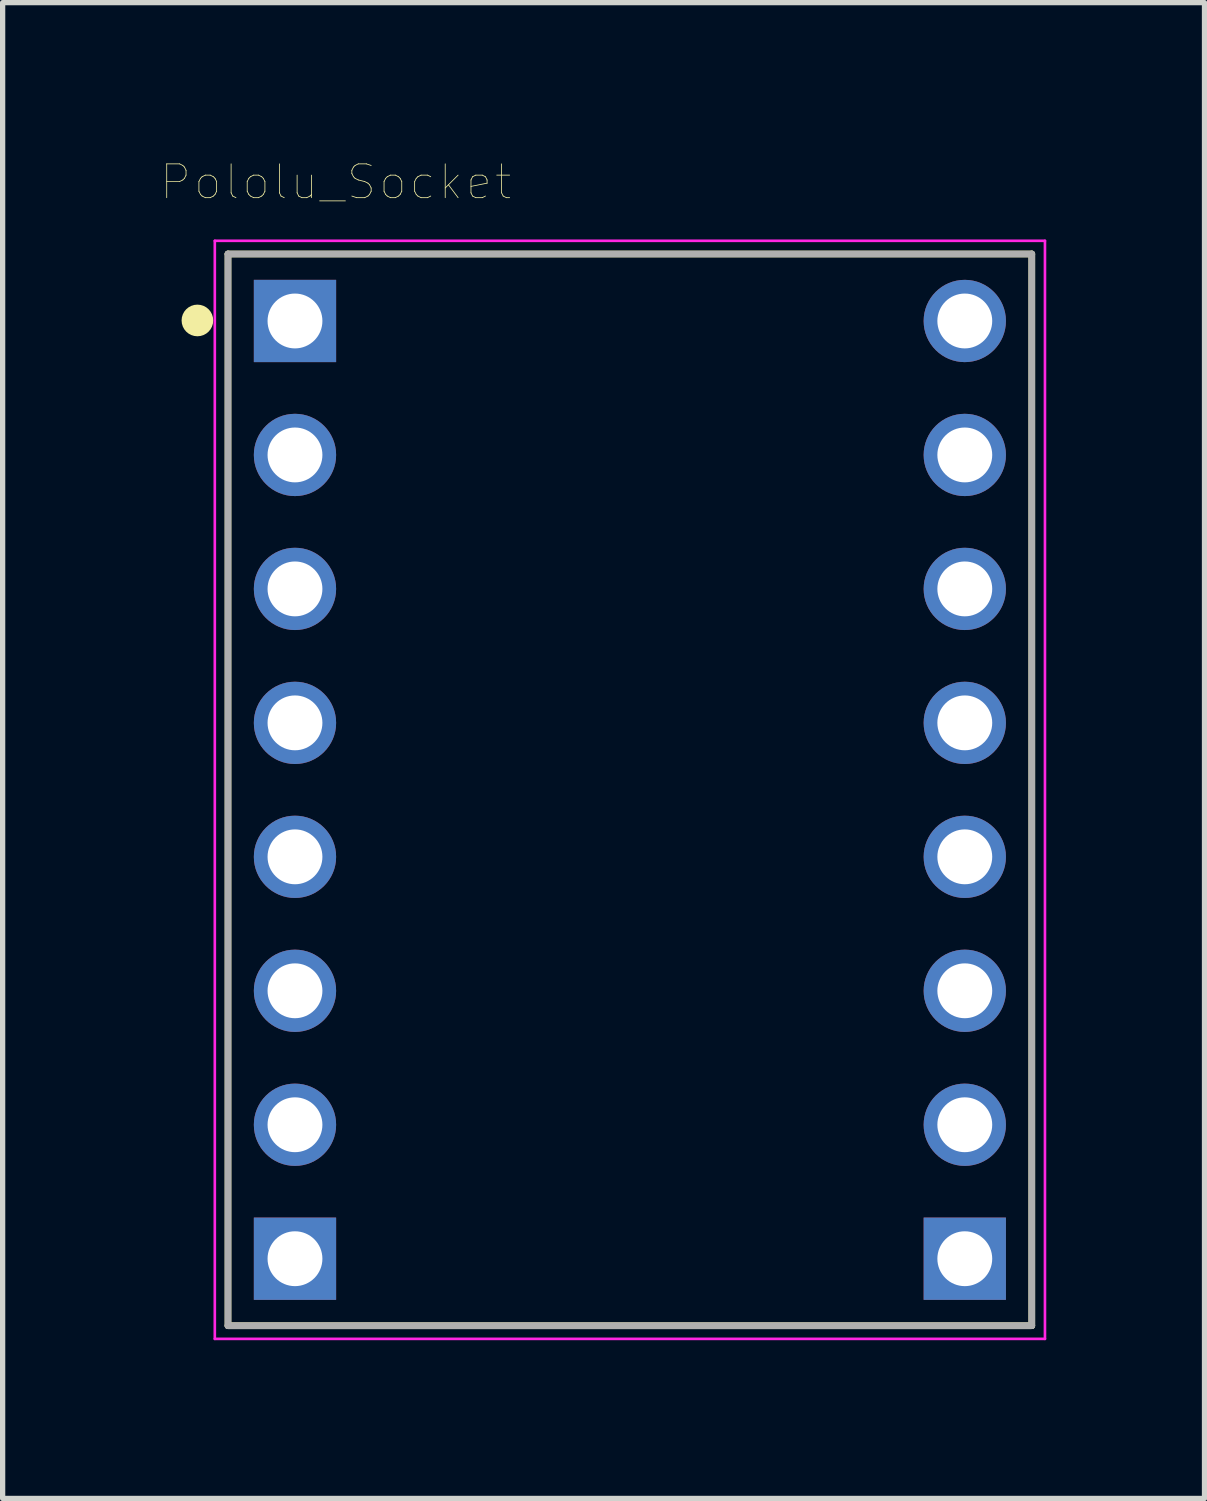
<source format=kicad_pcb>
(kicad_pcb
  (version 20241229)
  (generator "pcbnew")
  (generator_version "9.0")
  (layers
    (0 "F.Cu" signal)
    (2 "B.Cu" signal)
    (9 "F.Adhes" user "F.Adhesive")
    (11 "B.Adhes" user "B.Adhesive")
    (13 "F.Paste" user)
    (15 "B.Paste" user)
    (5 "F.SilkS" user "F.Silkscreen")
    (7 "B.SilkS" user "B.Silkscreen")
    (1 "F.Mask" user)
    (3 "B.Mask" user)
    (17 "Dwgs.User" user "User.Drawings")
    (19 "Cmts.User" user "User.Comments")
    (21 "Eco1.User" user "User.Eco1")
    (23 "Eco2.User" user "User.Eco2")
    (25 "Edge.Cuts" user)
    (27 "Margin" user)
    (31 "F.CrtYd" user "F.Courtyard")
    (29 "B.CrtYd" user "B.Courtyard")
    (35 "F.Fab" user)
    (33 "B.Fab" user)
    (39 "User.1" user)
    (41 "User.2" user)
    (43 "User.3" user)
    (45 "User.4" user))
  (footprint "Pololu_Socket"
    (layer "F.Cu")
    (at 0.981 1.474)
    (property "Reference" "Pololu_Socket" (at 2.335 -1.072 0) (layer "F.SilkS") (effects (font (size 0.641 0.641) (thickness 0.015))))
    (attr through_hole)
    (fp_line (start 0.292 0.292) (end 15.532 0.292) (stroke (width 0.127) (type solid)) (layer "F.SilkS"))
    (fp_line (start 0.292 20.612) (end 0.292 0.292) (stroke (width 0.127) (type solid)) (layer "F.SilkS"))
    (fp_line (start 15.532 0.292) (end 15.532 20.612) (stroke (width 0.127) (type solid)) (layer "F.SilkS"))
    (fp_line (start 15.532 20.612) (end 0.292 20.612) (stroke (width 0.127) (type solid)) (layer "F.SilkS"))
    (fp_circle (center -0.288 1.552) (end -0.138 1.552) (stroke (width 0.3) (type solid)) (fill no) (layer "F.SilkS"))
    (fp_line (start 0.042 0.042) (end 15.782 0.042) (stroke (width 0.05) (type solid)) (layer "F.CrtYd"))
    (fp_line (start 0.042 20.862) (end 0.042 0.042) (stroke (width 0.05) (type solid)) (layer "F.CrtYd"))
    (fp_line (start 15.782 0.042) (end 15.782 20.862) (stroke (width 0.05) (type solid)) (layer "F.CrtYd"))
    (fp_line (start 15.782 20.862) (end 0.042 20.862) (stroke (width 0.05) (type solid)) (layer "F.CrtYd"))
    (fp_line (start 0.292 0.292) (end 15.532 0.292) (stroke (width 0.127) (type solid)) (layer "F.Fab"))
    (fp_line (start 0.292 20.612) (end 0.292 0.292) (stroke (width 0.127) (type solid)) (layer "F.Fab"))
    (fp_line (start 15.532 0.292) (end 15.532 20.612) (stroke (width 0.127) (type solid)) (layer "F.Fab"))
    (fp_line (start 15.532 20.612) (end 0.292 20.612) (stroke (width 0.127) (type solid)) (layer "F.Fab"))
    (pad "1" thru_hole rect (at 1.562 1.562) (size 1.56 1.56) (drill 1.04) (layers "*.Cu" "*.Mask"))
    (pad "2" thru_hole circle (at 1.562 4.102) (size 1.56 1.56) (drill 1.04) (layers "*.Cu" "*.Mask"))
    (pad "3" thru_hole circle (at 1.562 6.642) (size 1.56 1.56) (drill 1.04) (layers "*.Cu" "*.Mask"))
    (pad "4" thru_hole circle (at 1.562 9.182) (size 1.56 1.56) (drill 1.04) (layers "*.Cu" "*.Mask"))
    (pad "5" thru_hole circle (at 1.562 11.722) (size 1.56 1.56) (drill 1.04) (layers "*.Cu" "*.Mask"))
    (pad "6" thru_hole circle (at 1.562 14.262) (size 1.56 1.56) (drill 1.04) (layers "*.Cu" "*.Mask"))
    (pad "7" thru_hole circle (at 1.562 16.802) (size 1.56 1.56) (drill 1.04) (layers "*.Cu" "*.Mask"))
    (pad "8" thru_hole rect (at 1.562 19.342) (size 1.56 1.56) (drill 1.04) (layers "*.Cu" "*.Mask"))
    (pad "9" thru_hole rect (at 14.262 19.342) (size 1.56 1.56) (drill 1.04) (layers "*.Cu" "*.Mask"))
    (pad "10" thru_hole circle (at 14.262 16.802) (size 1.56 1.56) (drill 1.04) (layers "*.Cu" "*.Mask"))
    (pad "11" thru_hole circle (at 14.262 14.262) (size 1.56 1.56) (drill 1.04) (layers "*.Cu" "*.Mask"))
    (pad "12" thru_hole circle (at 14.262 11.722) (size 1.56 1.56) (drill 1.04) (layers "*.Cu" "*.Mask"))
    (pad "13" thru_hole circle (at 14.262 9.182) (size 1.56 1.56) (drill 1.04) (layers "*.Cu" "*.Mask"))
    (pad "14" thru_hole circle (at 14.262 6.642) (size 1.56 1.56) (drill 1.04) (layers "*.Cu" "*.Mask"))
    (pad "15" thru_hole circle (at 14.262 4.102) (size 1.56 1.56) (drill 1.04) (layers "*.Cu" "*.Mask"))
    (pad "16" thru_hole circle (at 14.262 1.562) (size 1.56 1.56) (drill 1.04) (layers "*.Cu" "*.Mask")))
  (gr_rect
    (start -3 -3)
    (end 19.788 25.361)
    (stroke (width 0.1) (type default))
    (fill no)
    (layer "Edge.Cuts")))
</source>
